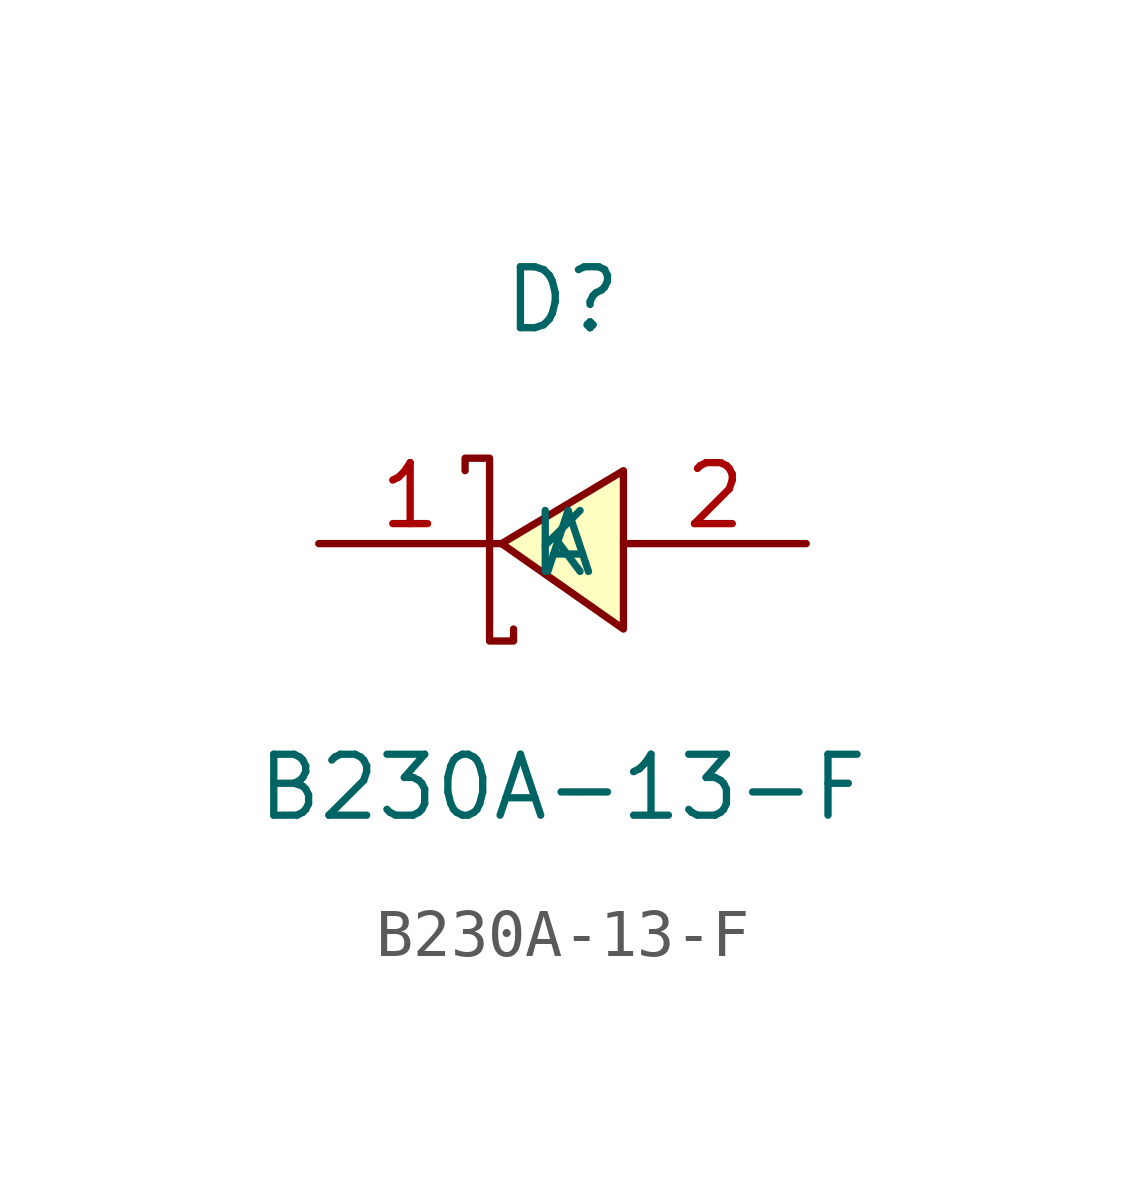
<source format=kicad_sym>
(kicad_symbol_lib
  (version 20211014)
  (generator https://github.com/uPesy/easyeda2kicad.py)
  (symbol "B230A-13-F"
    (property "Reference" "D"
      (at 0 5.08 0)
      (effects (font (size 1.27 1.27))))
    (property "Value" "B230A-13-F"
      (at 0 -5.08 0)
      (effects (font (size 1.27 1.27))))
    (symbol "B230A-13-F_0_1"
      (polyline (pts (xy 1.27 1.52) (xy -1.27 -0.00) (xy 1.27 -1.78) (xy 1.27 1.52)) (stroke (width 0) (type default) (color 0 0 0 0)) (fill (type background)))
      (polyline (pts (xy -2.03 1.52) (xy -2.03 1.78) (xy -1.52 1.78) (xy -1.52 -2.03) (xy -1.02 -2.03) (xy -1.02 -1.78)) (stroke (width 0) (type default) (color 0 0 0 0)) (fill (type none)))
      (pin unspecified line (at 5.08 -0.00 180) (length 3.81) (name "A" (effects (font (size 1.27 1.27)))) (number "2" (effects (font (size 1.27 1.27)))))
      (pin unspecified line (at -5.08 -0.00 0) (length 3.81) (name "K" (effects (font (size 1.27 1.27)))) (number "1" (effects (font (size 1.27 1.27))))))))
</source>
